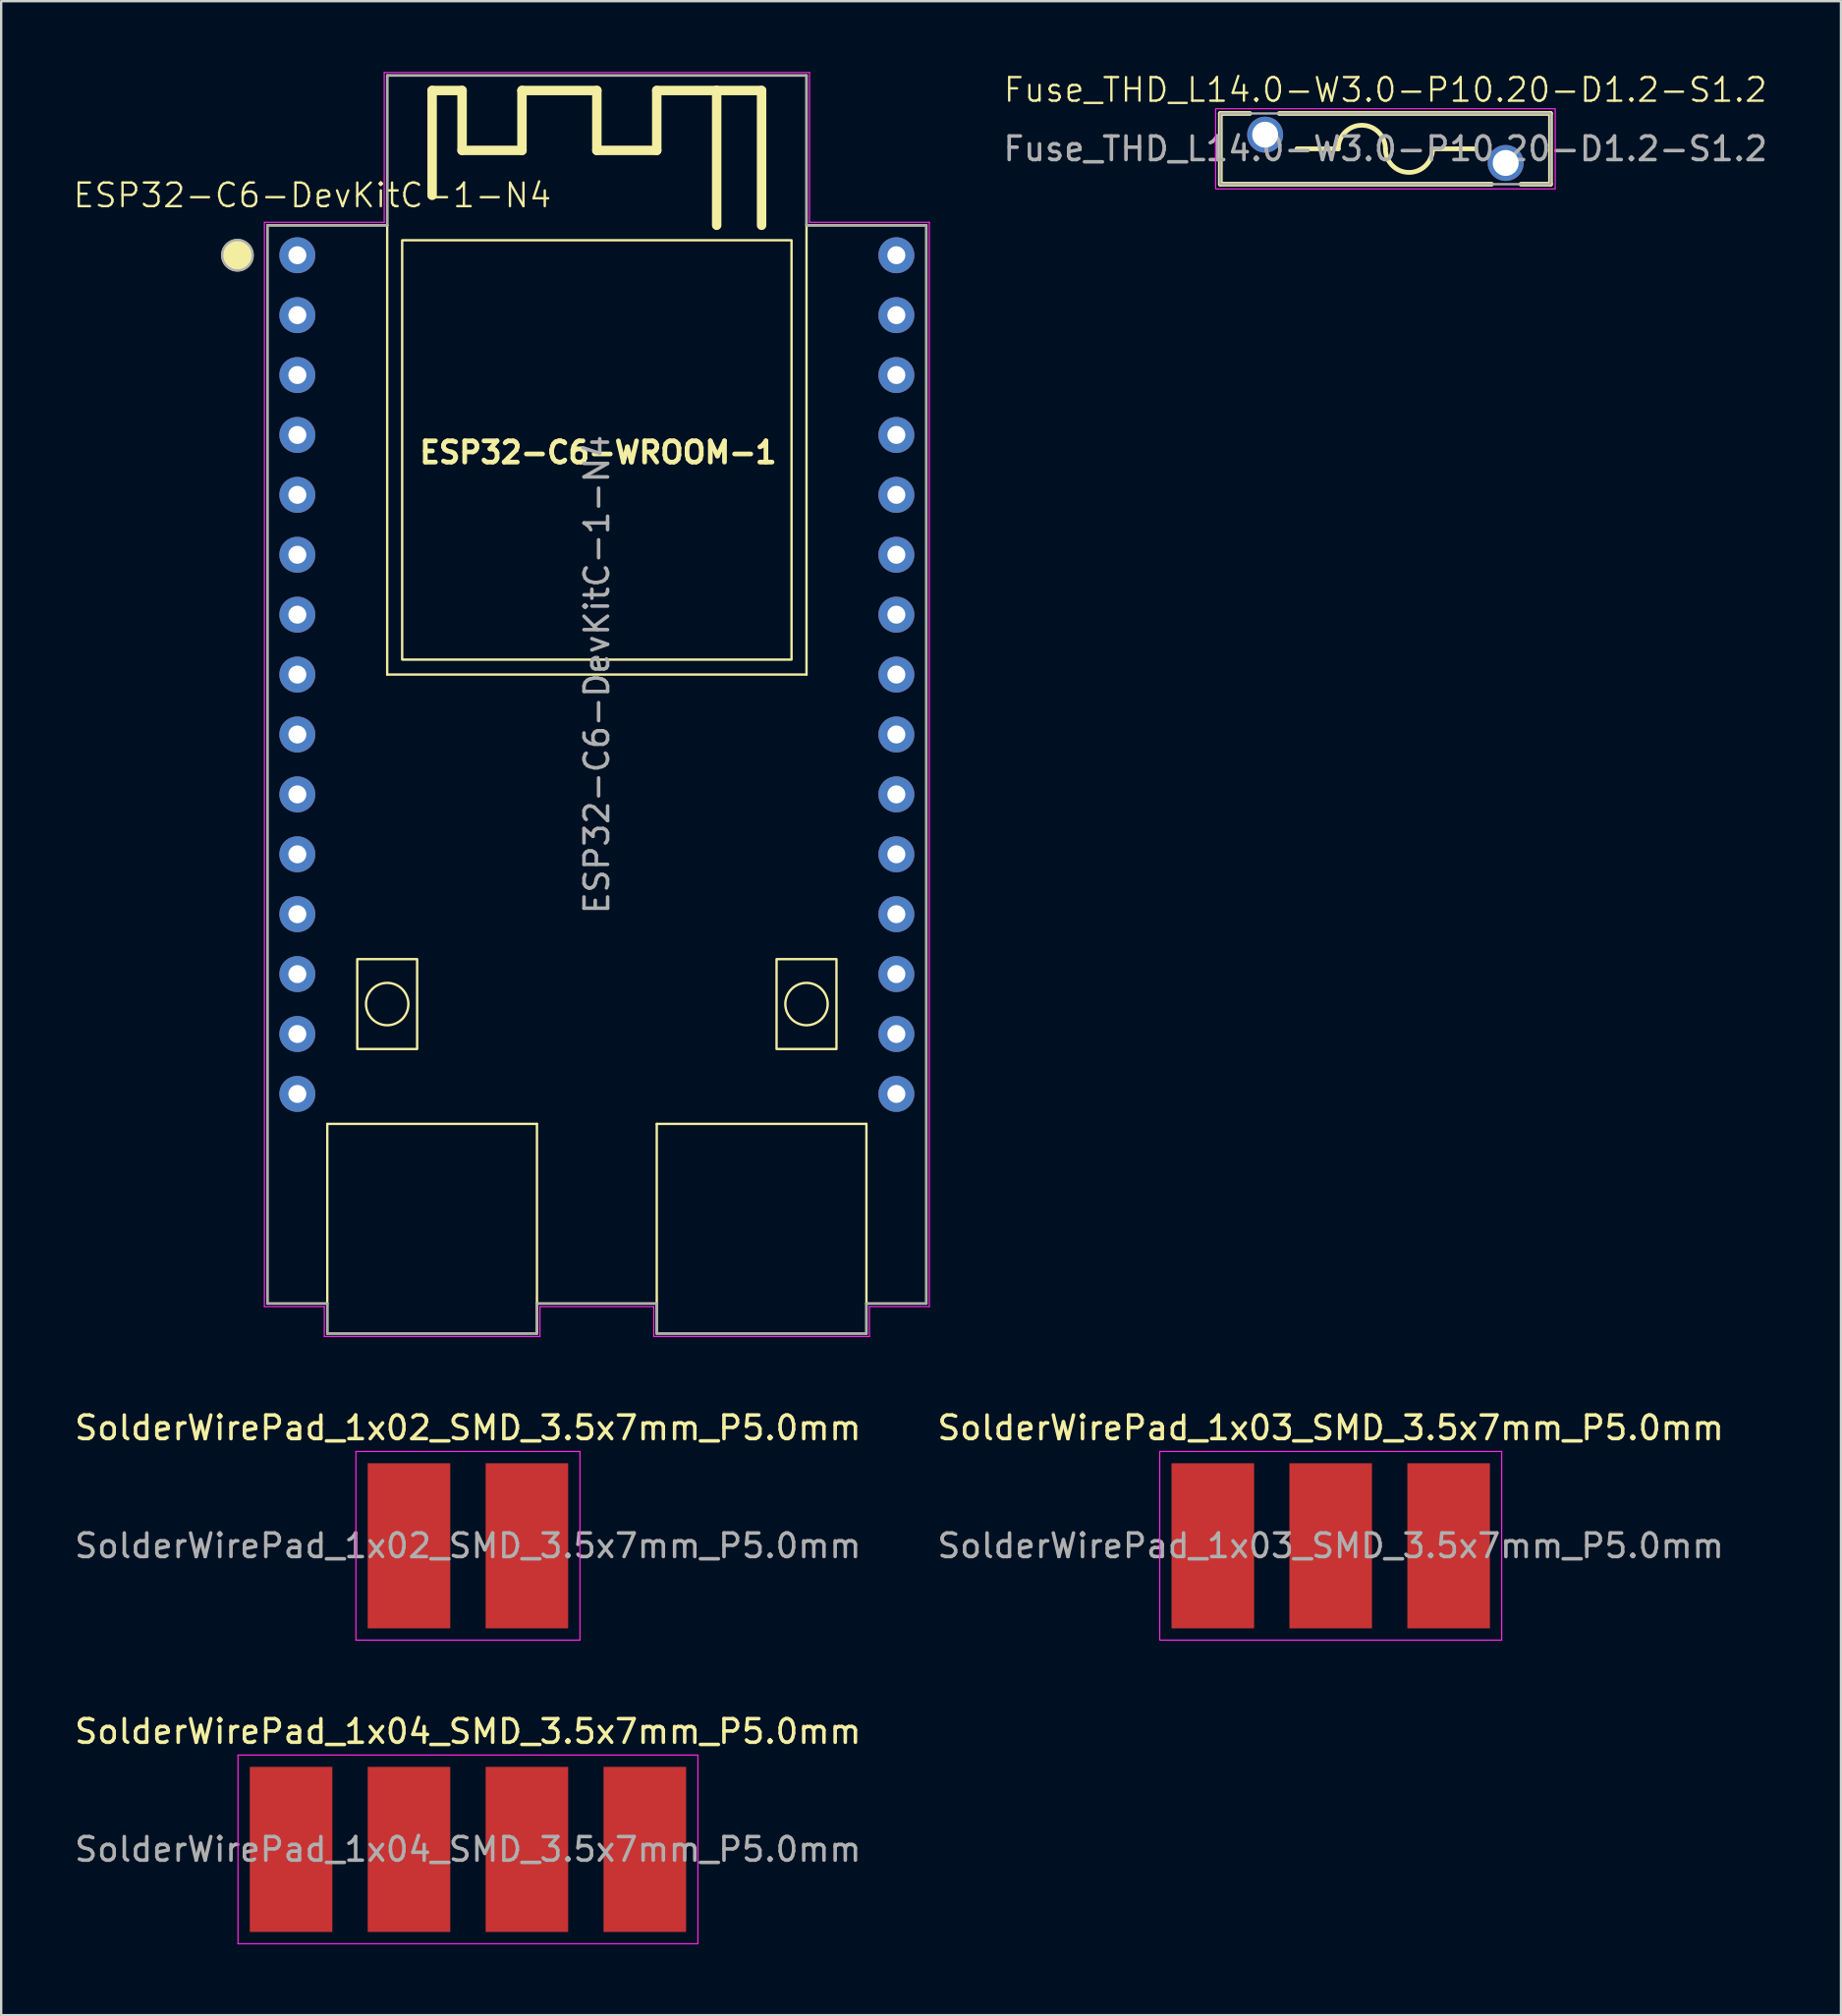
<source format=kicad_pcb>
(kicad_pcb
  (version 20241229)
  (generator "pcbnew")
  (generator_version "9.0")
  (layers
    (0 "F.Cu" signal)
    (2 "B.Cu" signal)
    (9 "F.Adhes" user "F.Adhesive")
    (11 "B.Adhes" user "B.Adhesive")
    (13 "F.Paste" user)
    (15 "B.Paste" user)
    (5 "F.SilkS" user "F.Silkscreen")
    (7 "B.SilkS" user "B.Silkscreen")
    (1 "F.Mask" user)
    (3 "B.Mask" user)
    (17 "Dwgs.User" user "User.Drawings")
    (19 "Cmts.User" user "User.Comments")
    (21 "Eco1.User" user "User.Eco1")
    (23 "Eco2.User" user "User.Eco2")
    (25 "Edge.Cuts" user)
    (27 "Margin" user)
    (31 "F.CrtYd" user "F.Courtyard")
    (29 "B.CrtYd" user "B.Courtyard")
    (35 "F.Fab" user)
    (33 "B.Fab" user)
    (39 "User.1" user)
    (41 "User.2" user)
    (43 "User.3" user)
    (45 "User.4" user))
  (footprint "SolderWirePad_1x02_SMD_3.5x7mm_P5.0mm"
    (layer "F.Cu")
    (at 16.792 62.492)
    (property "Reference" "SolderWirePad_1x02_SMD_3.5x7mm_P5.0mm" (at 0 -5 0) (layer "F.SilkS") (effects (font (size 1 1) (thickness 0.15))))
    (attr smd exclude_from_pos_files exclude_from_bom)
    (fp_line (start -4.75 -4) (end -4.75 4) (stroke (width 0.05) (type solid)) (layer "F.CrtYd"))
    (fp_line (start -4.75 4) (end 4.75 4) (stroke (width 0.05) (type solid)) (layer "F.CrtYd"))
    (fp_line (start 4.75 -4) (end -4.75 -4) (stroke (width 0.05) (type solid)) (layer "F.CrtYd"))
    (fp_line (start 4.75 4) (end 4.75 -4) (stroke (width 0.05) (type solid)) (layer "F.CrtYd"))
    (fp_text user "${REFERENCE}" (at 0 0 0) (layer "F.Fab") (effects (font (size 1 1) (thickness 0.15))))
    (pad "1" smd rect (at -2.5 0) (size 3.5 7) (layers "F.Cu" "F.Mask" "F.Paste"))
    (pad "2" smd rect (at 2.5 0) (size 3.5 7) (layers "F.Cu" "F.Mask" "F.Paste")))
  (footprint "SolderWirePad_1x04_SMD_3.5x7mm_P5.0mm"
    (layer "F.Cu")
    (at 16.792 75.365)
    (property "Reference" "SolderWirePad_1x04_SMD_3.5x7mm_P5.0mm" (at 0 -5 0) (layer "F.SilkS") (effects (font (size 1 1) (thickness 0.15))))
    (attr smd exclude_from_pos_files exclude_from_bom)
    (fp_line (start -9.75 -4) (end -9.75 4) (stroke (width 0.05) (type solid)) (layer "F.CrtYd"))
    (fp_line (start -9.75 4) (end 9.75 4) (stroke (width 0.05) (type solid)) (layer "F.CrtYd"))
    (fp_line (start 9.75 -4) (end -9.75 -4) (stroke (width 0.05) (type solid)) (layer "F.CrtYd"))
    (fp_line (start 9.75 4) (end 9.75 -4) (stroke (width 0.05) (type solid)) (layer "F.CrtYd"))
    (fp_text user "${REFERENCE}" (at 0 0 0) (layer "F.Fab") (effects (font (size 1 1) (thickness 0.15))))
    (pad "1" smd rect (at -7.5 0) (size 3.5 7) (layers "F.Cu" "F.Mask" "F.Paste"))
    (pad "2" smd rect (at -2.5 0) (size 3.5 7) (layers "F.Cu" "F.Mask" "F.Paste"))
    (pad "3" smd rect (at 2.5 0) (size 3.5 7) (layers "F.Cu" "F.Mask" "F.Paste"))
    (pad "4" smd rect (at 7.5 0) (size 3.5 7) (layers "F.Cu" "F.Mask" "F.Paste")))
  (footprint "ESP32-C6-DevKitC-1-N4"
    (layer "F.Cu")
    (at 22.258 25.552)
    (property "Reference" "ESP32-C6-DevKitC-1-N4" (at -12.065 -20.32 0) (unlocked yes) (layer "F.SilkS") (effects (font (size 1 1) (thickness 0.1))))
    (attr through_hole)
    (fp_line (start -13.97 -19.05) (end -8.89 -19.05) (stroke (width 0.1) (type default)) (layer "F.SilkS"))
    (fp_line (start -13.97 26.67) (end -13.97 -19.05) (stroke (width 0.1) (type default)) (layer "F.SilkS"))
    (fp_line (start -11.43 19.05) (end -11.43 27.94) (stroke (width 0.1) (type default)) (layer "F.SilkS"))
    (fp_line (start -11.43 26.67) (end -13.97 26.67) (stroke (width 0.1) (type default)) (layer "F.SilkS"))
    (fp_line (start -11.43 27.94) (end -2.54 27.94) (stroke (width 0.1) (type default)) (layer "F.SilkS"))
    (fp_line (start -8.89 -25.4) (end 8.89 -25.4) (stroke (width 0.1) (type default)) (layer "F.SilkS"))
    (fp_line (start -8.89 -19.05) (end -8.89 -25.4) (stroke (width 0.1) (type default)) (layer "F.SilkS"))
    (fp_line (start -8.89 -19.05) (end -8.89 0) (stroke (width 0.1) (type default)) (layer "F.SilkS"))
    (fp_line (start -8.89 0) (end 8.89 0) (stroke (width 0.1) (type default)) (layer "F.SilkS"))
    (fp_line (start -6.985 -24.765) (end -6.985 -20.32) (stroke (width 0.4) (type default)) (layer "F.SilkS"))
    (fp_line (start -5.715 -24.765) (end -6.985 -24.765) (stroke (width 0.4) (type default)) (layer "F.SilkS"))
    (fp_line (start -5.715 -22.225) (end -5.715 -24.765) (stroke (width 0.4) (type default)) (layer "F.SilkS"))
    (fp_line (start -3.175 -24.765) (end -3.175 -22.225) (stroke (width 0.4) (type default)) (layer "F.SilkS"))
    (fp_line (start -3.175 -22.225) (end -5.715 -22.225) (stroke (width 0.4) (type default)) (layer "F.SilkS"))
    (fp_line (start -2.54 19.05) (end -11.43 19.05) (stroke (width 0.1) (type default)) (layer "F.SilkS"))
    (fp_line (start -2.54 26.67) (end -2.54 19.05) (stroke (width 0.1) (type default)) (layer "F.SilkS"))
    (fp_line (start -2.54 27.94) (end -2.54 26.67) (stroke (width 0.1) (type default)) (layer "F.SilkS"))
    (fp_line (start 0 -24.765) (end -3.175 -24.765) (stroke (width 0.4) (type default)) (layer "F.SilkS"))
    (fp_line (start 0 -22.225) (end 0 -24.765) (stroke (width 0.4) (type default)) (layer "F.SilkS"))
    (fp_line (start 2.54 -24.765) (end 2.54 -22.225) (stroke (width 0.4) (type default)) (layer "F.SilkS"))
    (fp_line (start 2.54 -22.225) (end 0 -22.225) (stroke (width 0.4) (type default)) (layer "F.SilkS"))
    (fp_line (start 2.54 19.05) (end 2.54 27.94) (stroke (width 0.1) (type default)) (layer "F.SilkS"))
    (fp_line (start 2.54 26.67) (end -2.54 26.67) (stroke (width 0.1) (type default)) (layer "F.SilkS"))
    (fp_line (start 2.54 27.94) (end 11.43 27.94) (stroke (width 0.1) (type default)) (layer "F.SilkS"))
    (fp_line (start 5.08 -24.765) (end 2.54 -24.765) (stroke (width 0.4) (type default)) (layer "F.SilkS"))
    (fp_line (start 5.08 -24.765) (end 5.08 -19.05) (stroke (width 0.4) (type default)) (layer "F.SilkS"))
    (fp_line (start 6.985 -24.765) (end 5.08 -24.765) (stroke (width 0.4) (type default)) (layer "F.SilkS"))
    (fp_line (start 6.985 -19.05) (end 6.985 -24.765) (stroke (width 0.4) (type default)) (layer "F.SilkS"))
    (fp_line (start 8.89 -25.4) (end 8.89 -19.05) (stroke (width 0.1) (type default)) (layer "F.SilkS"))
    (fp_line (start 8.89 -19.05) (end 13.97 -19.05) (stroke (width 0.1) (type default)) (layer "F.SilkS"))
    (fp_line (start 8.89 0) (end 8.89 -19.05) (stroke (width 0.1) (type default)) (layer "F.SilkS"))
    (fp_line (start 11.43 19.05) (end 2.54 19.05) (stroke (width 0.1) (type default)) (layer "F.SilkS"))
    (fp_line (start 11.43 26.67) (end 11.43 19.05) (stroke (width 0.1) (type default)) (layer "F.SilkS"))
    (fp_line (start 11.43 27.94) (end 11.43 26.67) (stroke (width 0.1) (type default)) (layer "F.SilkS"))
    (fp_line (start 13.97 -19.05) (end 13.97 26.67) (stroke (width 0.1) (type default)) (layer "F.SilkS"))
    (fp_line (start 13.97 26.67) (end 11.43 26.67) (stroke (width 0.1) (type default)) (layer "F.SilkS"))
    (fp_rect (start -10.16 12.065) (end -7.62 15.875) (stroke (width 0.1) (type default)) (fill no) (layer "F.SilkS"))
    (fp_rect (start -8.255 -18.415) (end 8.255 -0.635) (stroke (width 0.1) (type default)) (fill no) (layer "F.SilkS"))
    (fp_rect (start 7.62 12.065) (end 10.16 15.875) (stroke (width 0.1) (type default)) (fill no) (layer "F.SilkS"))
    (fp_circle (center -15.24 -17.78) (end -14.605 -17.78) (stroke (width 0.1) (type solid)) (fill yes) (layer "F.SilkS"))
    (fp_circle (center -8.89 13.97) (end -8.255 13.335) (stroke (width 0.1) (type default)) (fill no) (layer "F.SilkS"))
    (fp_circle (center 8.89 13.97) (end 9.525 13.335) (stroke (width 0.1) (type default)) (fill no) (layer "F.SilkS"))
    (fp_line (start -14.097 -19.177) (end -9.017 -19.177) (stroke (width 0.05) (type default)) (layer "F.CrtYd"))
    (fp_line (start -14.097 26.797) (end -14.097 -19.177) (stroke (width 0.05) (type default)) (layer "F.CrtYd"))
    (fp_line (start -11.557 26.797) (end -14.097 26.797) (stroke (width 0.05) (type default)) (layer "F.CrtYd"))
    (fp_line (start -11.557 28.067) (end -11.557 26.797) (stroke (width 0.05) (type default)) (layer "F.CrtYd"))
    (fp_line (start -9.017 -25.527) (end 9.017 -25.527) (stroke (width 0.05) (type default)) (layer "F.CrtYd"))
    (fp_line (start -9.017 -19.177) (end -9.017 -25.527) (stroke (width 0.05) (type default)) (layer "F.CrtYd"))
    (fp_line (start -2.413 26.797) (end -2.413 28.067) (stroke (width 0.05) (type default)) (layer "F.CrtYd"))
    (fp_line (start -2.413 28.067) (end -11.557 28.067) (stroke (width 0.05) (type default)) (layer "F.CrtYd"))
    (fp_line (start 2.413 26.797) (end -2.413 26.797) (stroke (width 0.05) (type default)) (layer "F.CrtYd"))
    (fp_line (start 2.413 28.067) (end 2.413 26.797) (stroke (width 0.05) (type default)) (layer "F.CrtYd"))
    (fp_line (start 9.017 -25.527) (end 9.017 -19.177) (stroke (width 0.05) (type default)) (layer "F.CrtYd"))
    (fp_line (start 9.017 -19.177) (end 14.097 -19.177) (stroke (width 0.05) (type default)) (layer "F.CrtYd"))
    (fp_line (start 11.557 26.797) (end 11.557 28.067) (stroke (width 0.05) (type default)) (layer "F.CrtYd"))
    (fp_line (start 11.557 28.067) (end 2.413 28.067) (stroke (width 0.05) (type default)) (layer "F.CrtYd"))
    (fp_line (start 14.097 -19.177) (end 14.097 26.797) (stroke (width 0.05) (type default)) (layer "F.CrtYd"))
    (fp_line (start 14.097 26.797) (end 11.557 26.797) (stroke (width 0.05) (type default)) (layer "F.CrtYd"))
    (fp_line (start -13.97 -19.05) (end -8.89 -19.05) (stroke (width 0.1) (type default)) (layer "F.Fab"))
    (fp_line (start -13.97 26.67) (end -13.97 -19.05) (stroke (width 0.1) (type default)) (layer "F.Fab"))
    (fp_line (start -11.43 26.67) (end -13.97 26.67) (stroke (width 0.1) (type default)) (layer "F.Fab"))
    (fp_line (start -11.43 27.94) (end -11.43 26.67) (stroke (width 0.1) (type default)) (layer "F.Fab"))
    (fp_line (start -8.89 -25.4) (end 8.89 -25.4) (stroke (width 0.1) (type default)) (layer "F.Fab"))
    (fp_line (start -8.89 -19.05) (end -8.89 -25.4) (stroke (width 0.1) (type default)) (layer "F.Fab"))
    (fp_line (start -2.54 26.67) (end -2.54 27.94) (stroke (width 0.1) (type default)) (layer "F.Fab"))
    (fp_line (start -2.54 27.94) (end -11.43 27.94) (stroke (width 0.1) (type default)) (layer "F.Fab"))
    (fp_line (start 2.54 26.67) (end -2.54 26.67) (stroke (width 0.1) (type default)) (layer "F.Fab"))
    (fp_line (start 2.54 27.94) (end 2.54 26.67) (stroke (width 0.1) (type default)) (layer "F.Fab"))
    (fp_line (start 8.89 -25.4) (end 8.89 -19.05) (stroke (width 0.1) (type default)) (layer "F.Fab"))
    (fp_line (start 8.89 -19.05) (end 13.97 -19.05) (stroke (width 0.1) (type default)) (layer "F.Fab"))
    (fp_line (start 11.43 26.67) (end 11.43 27.94) (stroke (width 0.1) (type default)) (layer "F.Fab"))
    (fp_line (start 11.43 27.94) (end 2.54 27.94) (stroke (width 0.1) (type default)) (layer "F.Fab"))
    (fp_line (start 13.97 -19.05) (end 13.97 26.67) (stroke (width 0.1) (type default)) (layer "F.Fab"))
    (fp_line (start 13.97 26.67) (end 11.43 26.67) (stroke (width 0.1) (type default)) (layer "F.Fab"))
    (fp_circle (center -15.24 -17.78) (end -14.592 -17.78) (stroke (width 0.1) (type solid)) (fill no) (layer "F.Fab"))
    (fp_text user "ESP32-C6-WROOM-1" (at -7.62 -8.89 0) (unlocked yes) (layer "F.SilkS") (effects (font (size 0.9 0.9) (thickness 0.2) (bold yes)) (justify left bottom)))
    (fp_text user "${REFERENCE}" (at 0 0 90) (unlocked yes) (layer "F.Fab") (effects (font (size 1 1) (thickness 0.15))))
    (pad "1" thru_hole circle (at -12.7 -17.78) (size 1.524 1.524) (drill 0.762) (layers "*.Cu" "*.Mask"))
    (pad "2" thru_hole circle (at -12.7 -15.24) (size 1.524 1.524) (drill 0.762) (layers "*.Cu" "*.Mask"))
    (pad "3" thru_hole circle (at -12.7 -12.7) (size 1.524 1.524) (drill 0.762) (layers "*.Cu" "*.Mask"))
    (pad "4" thru_hole circle (at -12.7 -10.16) (size 1.524 1.524) (drill 0.762) (layers "*.Cu" "*.Mask"))
    (pad "5" thru_hole circle (at -12.7 -7.62) (size 1.524 1.524) (drill 0.762) (layers "*.Cu" "*.Mask"))
    (pad "6" thru_hole circle (at -12.7 -5.08) (size 1.524 1.524) (drill 0.762) (layers "*.Cu" "*.Mask"))
    (pad "7" thru_hole circle (at -12.7 -2.54) (size 1.524 1.524) (drill 0.762) (layers "*.Cu" "*.Mask"))
    (pad "8" thru_hole circle (at -12.7 0) (size 1.524 1.524) (drill 0.762) (layers "*.Cu" "*.Mask"))
    (pad "9" thru_hole circle (at -12.7 2.54) (size 1.524 1.524) (drill 0.762) (layers "*.Cu" "*.Mask"))
    (pad "10" thru_hole circle (at -12.7 5.08) (size 1.524 1.524) (drill 0.762) (layers "*.Cu" "*.Mask"))
    (pad "11" thru_hole circle (at -12.7 7.62) (size 1.524 1.524) (drill 0.762) (layers "*.Cu" "*.Mask"))
    (pad "12" thru_hole circle (at -12.7 10.16) (size 1.524 1.524) (drill 0.762) (layers "*.Cu" "*.Mask"))
    (pad "13" thru_hole circle (at -12.7 12.7) (size 1.524 1.524) (drill 0.762) (layers "*.Cu" "*.Mask"))
    (pad "14" thru_hole circle (at -12.7 15.24) (size 1.524 1.524) (drill 0.762) (layers "*.Cu" "*.Mask"))
    (pad "15" thru_hole circle (at -12.7 17.78) (size 1.524 1.524) (drill 0.762) (layers "*.Cu" "*.Mask"))
    (pad "16" thru_hole circle (at 12.7 17.78) (size 1.524 1.524) (drill 0.762) (layers "*.Cu" "*.Mask"))
    (pad "17" thru_hole circle (at 12.7 15.24) (size 1.524 1.524) (drill 0.762) (layers "*.Cu" "*.Mask"))
    (pad "18" thru_hole circle (at 12.7 12.7) (size 1.524 1.524) (drill 0.762) (layers "*.Cu" "*.Mask"))
    (pad "19" thru_hole circle (at 12.7 10.16) (size 1.524 1.524) (drill 0.762) (layers "*.Cu" "*.Mask"))
    (pad "20" thru_hole circle (at 12.7 7.62) (size 1.524 1.524) (drill 0.762) (layers "*.Cu" "*.Mask"))
    (pad "21" thru_hole circle (at 12.7 5.08) (size 1.524 1.524) (drill 0.762) (layers "*.Cu" "*.Mask"))
    (pad "22" thru_hole circle (at 12.7 2.54) (size 1.524 1.524) (drill 0.762) (layers "*.Cu" "*.Mask"))
    (pad "23" thru_hole circle (at 12.7 0) (size 1.524 1.524) (drill 0.762) (layers "*.Cu" "*.Mask"))
    (pad "24" thru_hole circle (at 12.7 -2.54) (size 1.524 1.524) (drill 0.762) (layers "*.Cu" "*.Mask"))
    (pad "25" thru_hole circle (at 12.7 -5.08) (size 1.524 1.524) (drill 0.762) (layers "*.Cu" "*.Mask"))
    (pad "26" thru_hole circle (at 12.7 -7.62) (size 1.524 1.524) (drill 0.762) (layers "*.Cu" "*.Mask"))
    (pad "27" thru_hole circle (at 12.7 -10.16) (size 1.524 1.524) (drill 0.762) (layers "*.Cu" "*.Mask"))
    (pad "28" thru_hole circle (at 12.7 -12.7) (size 1.524 1.524) (drill 0.762) (layers "*.Cu" "*.Mask"))
    (pad "29" thru_hole circle (at 12.7 -15.24) (size 1.524 1.524) (drill 0.762) (layers "*.Cu" "*.Mask"))
    (pad "30" thru_hole circle (at 12.7 -17.78) (size 1.524 1.524) (drill 0.762) (layers "*.Cu" "*.Mask")))
  (footprint "SolderWirePad_1x03_SMD_3.5x7mm_P5.0mm"
    (layer "F.Cu")
    (at 53.375 62.492)
    (property "Reference" "SolderWirePad_1x03_SMD_3.5x7mm_P5.0mm" (at 0 -5 0) (layer "F.SilkS") (effects (font (size 1 1) (thickness 0.15))))
    (attr smd exclude_from_pos_files exclude_from_bom)
    (fp_line (start -7.25 -4) (end -7.25 4) (stroke (width 0.05) (type solid)) (layer "F.CrtYd"))
    (fp_line (start -7.25 4) (end 7.25 4) (stroke (width 0.05) (type solid)) (layer "F.CrtYd"))
    (fp_line (start 7.25 -4) (end -7.25 -4) (stroke (width 0.05) (type solid)) (layer "F.CrtYd"))
    (fp_line (start 7.25 4) (end 7.25 -4) (stroke (width 0.05) (type solid)) (layer "F.CrtYd"))
    (fp_text user "${REFERENCE}" (at 0 0 0) (layer "F.Fab") (effects (font (size 1 1) (thickness 0.15))))
    (pad "1" smd rect (at -5 0) (size 3.5 7) (layers "F.Cu" "F.Mask" "F.Paste"))
    (pad "2" smd rect (at 0 0) (size 3.5 7) (layers "F.Cu" "F.Mask" "F.Paste"))
    (pad "3" smd rect (at 5 0) (size 3.5 7) (layers "F.Cu" "F.Mask" "F.Paste")))
  (footprint "Fuse_THD_L14.0-W3.0-P10.20-D1.2-S1.2"
    (layer "F.Cu")
    (at 55.695 3.26)
    (property "Reference" "Fuse_THD_L14.0-W3.0-P10.20-D1.2-S1.2" (at 0 -2.5 0) (unlocked yes) (layer "F.SilkS") (effects (font (size 1 1) (thickness 0.1))))
    (attr through_hole)
    (fp_line (start -7 -1.5) (end -7 1.5) (stroke (width 0.2) (type default)) (layer "F.SilkS"))
    (fp_line (start -7 -1.5) (end -5.75 -1.5) (stroke (width 0.2) (type default)) (layer "F.SilkS"))
    (fp_line (start -2 0) (end -3.75 0) (stroke (width 0.2) (type default)) (layer "F.SilkS"))
    (fp_line (start 3.75 0) (end 2 0) (stroke (width 0.2) (type default)) (layer "F.SilkS"))
    (fp_line (start 4.5 1.5) (end -7 1.5) (stroke (width 0.2) (type default)) (layer "F.SilkS"))
    (fp_line (start 5.75 1.5) (end 7 1.5) (stroke (width 0.2) (type default)) (layer "F.SilkS"))
    (fp_line (start 7 -1.5) (end -4.5 -1.5) (stroke (width 0.2) (type default)) (layer "F.SilkS"))
    (fp_line (start 7 -1.5) (end 7 1.5) (stroke (width 0.2) (type default)) (layer "F.SilkS"))
    (fp_arc (start -2 0) (mid -1 -1) (end 0 0) (stroke (width 0.2) (type default)) (layer "F.SilkS"))
    (fp_arc (start 2 0) (mid 1 1) (end 0 0) (stroke (width 0.2) (type default)) (layer "F.SilkS"))
    (fp_rect (start -7.2 -1.7) (end 7.2 1.7) (stroke (width 0.05) (type default)) (fill no) (layer "F.CrtYd"))
    (fp_rect (start -7 -1.5) (end 7 1.5) (stroke (width 0.1) (type default)) (fill no) (layer "F.Fab"))
    (fp_text user "${REFERENCE}" (at 0 0 0) (unlocked yes) (layer "F.Fab") (effects (font (size 1 1) (thickness 0.15))))
    (pad "1" thru_hole circle (at -5.1 -0.6) (size 1.524 1.524) (drill 1.1) (layers "*.Cu" "*.Mask"))
    (pad "2" thru_hole circle (at 5.1 0.6) (size 1.524 1.524) (drill 1.1) (layers "*.Cu" "*.Mask")))
  (gr_rect
    (start -3 -3)
    (end 75.011 82.391)
    (stroke (width 0.1) (type default))
    (fill no)
    (layer "Edge.Cuts")))
</source>
